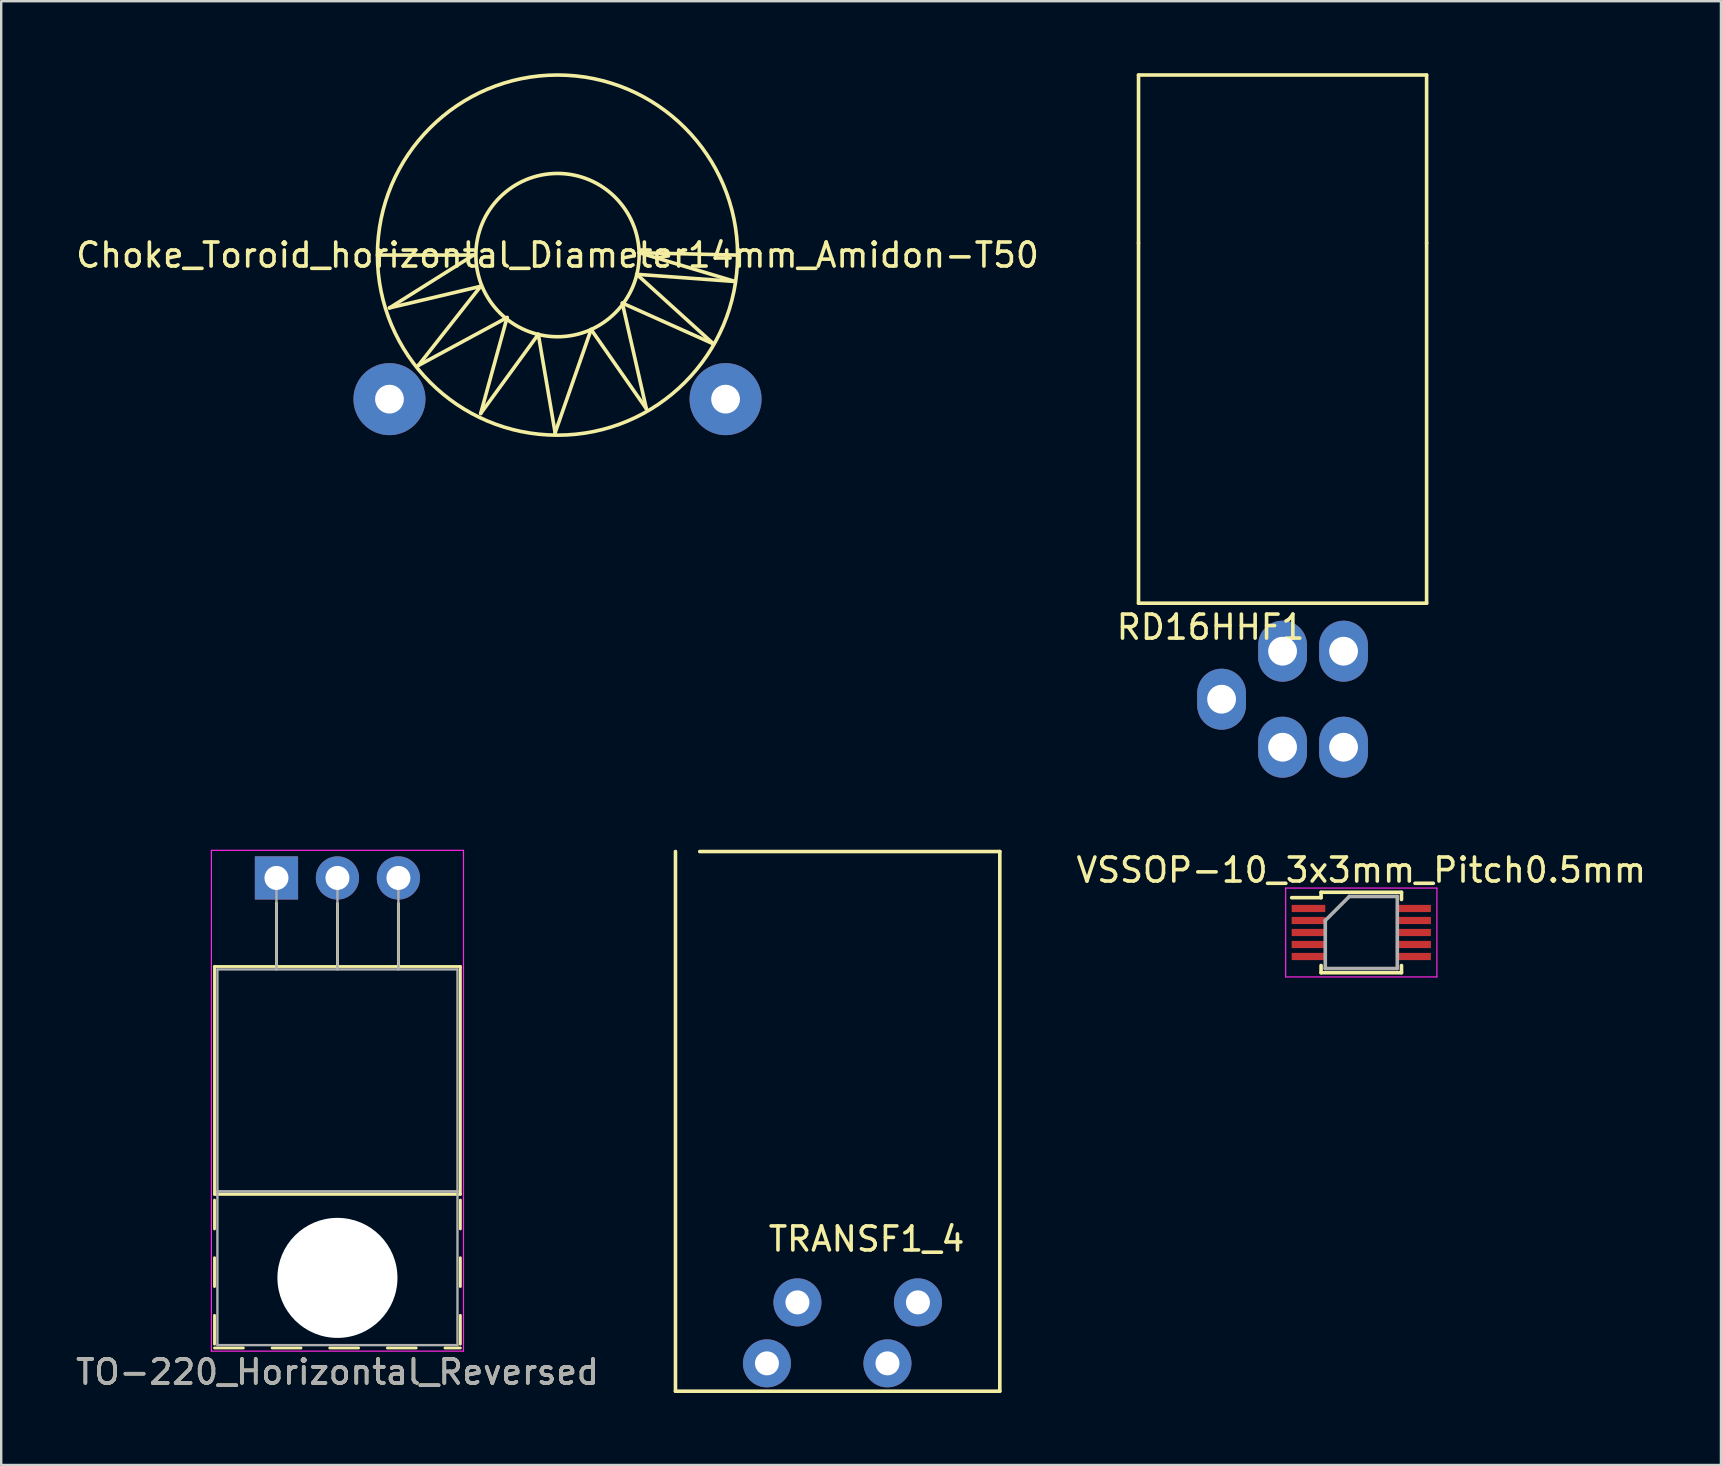
<source format=kicad_pcb>
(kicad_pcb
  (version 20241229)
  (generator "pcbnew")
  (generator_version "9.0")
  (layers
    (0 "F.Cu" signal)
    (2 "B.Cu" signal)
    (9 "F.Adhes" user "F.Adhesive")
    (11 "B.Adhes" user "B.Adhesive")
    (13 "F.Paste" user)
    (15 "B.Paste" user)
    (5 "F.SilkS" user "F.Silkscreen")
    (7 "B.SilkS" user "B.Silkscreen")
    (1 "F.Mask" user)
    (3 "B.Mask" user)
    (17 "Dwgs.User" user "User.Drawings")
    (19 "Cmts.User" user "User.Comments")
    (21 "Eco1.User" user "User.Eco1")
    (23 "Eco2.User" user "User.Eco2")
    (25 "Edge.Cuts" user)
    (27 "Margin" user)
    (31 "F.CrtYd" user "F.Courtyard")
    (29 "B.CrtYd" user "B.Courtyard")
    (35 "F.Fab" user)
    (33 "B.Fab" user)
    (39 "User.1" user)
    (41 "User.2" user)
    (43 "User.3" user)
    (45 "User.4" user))
  (footprint "TO-220_Horizontal_Reversed"
    (layer "F.Cu")
    (at 8.466 33.52)
    (property "Reference" "TO-220_Horizontal_Reversed" (at 2.54 20.58 0) (layer "F.SilkS") (effects (font (size 1 1) (thickness 0.15))))
    (attr through_hole)
    (fp_line (start -2.58 3.69) (end -2.58 13.18) (stroke (width 0.12) (type solid)) (layer "F.SilkS"))
    (fp_line (start -2.58 3.69) (end 7.66 3.69) (stroke (width 0.12) (type solid)) (layer "F.SilkS"))
    (fp_line (start -2.58 13.18) (end 7.66 13.18) (stroke (width 0.12) (type solid)) (layer "F.SilkS"))
    (fp_line (start -2.58 13.42) (end -2.58 14.62) (stroke (width 0.12) (type solid)) (layer "F.SilkS"))
    (fp_line (start -2.58 15.82) (end -2.58 17.02) (stroke (width 0.12) (type solid)) (layer "F.SilkS"))
    (fp_line (start -2.58 18.22) (end -2.58 19.42) (stroke (width 0.12) (type solid)) (layer "F.SilkS"))
    (fp_line (start -2.58 19.58) (end -1.38 19.58) (stroke (width 0.12) (type solid)) (layer "F.SilkS"))
    (fp_line (start -0.181 19.58) (end 1.02 19.58) (stroke (width 0.12) (type solid)) (layer "F.SilkS"))
    (fp_line (start 0 1.05) (end 0 3.69) (stroke (width 0.12) (type solid)) (layer "F.SilkS"))
    (fp_line (start 2.22 19.58) (end 3.42 19.58) (stroke (width 0.12) (type solid)) (layer "F.SilkS"))
    (fp_line (start 2.54 1.066) (end 2.54 3.69) (stroke (width 0.12) (type solid)) (layer "F.SilkS"))
    (fp_line (start 4.62 19.58) (end 5.82 19.58) (stroke (width 0.12) (type solid)) (layer "F.SilkS"))
    (fp_line (start 5.08 1.066) (end 5.08 3.69) (stroke (width 0.12) (type solid)) (layer "F.SilkS"))
    (fp_line (start 7.02 19.58) (end 7.66 19.58) (stroke (width 0.12) (type solid)) (layer "F.SilkS"))
    (fp_line (start 7.66 3.69) (end 7.66 13.18) (stroke (width 0.12) (type solid)) (layer "F.SilkS"))
    (fp_line (start 7.66 13.42) (end 7.66 14.62) (stroke (width 0.12) (type solid)) (layer "F.SilkS"))
    (fp_line (start 7.66 15.82) (end 7.66 17.02) (stroke (width 0.12) (type solid)) (layer "F.SilkS"))
    (fp_line (start 7.66 18.22) (end 7.66 19.42) (stroke (width 0.12) (type solid)) (layer "F.SilkS"))
    (fp_line (start -2.71 -1.15) (end -2.71 19.71) (stroke (width 0.05) (type solid)) (layer "F.CrtYd"))
    (fp_line (start -2.71 19.71) (end 7.79 19.71) (stroke (width 0.05) (type solid)) (layer "F.CrtYd"))
    (fp_line (start 7.79 -1.15) (end -2.71 -1.15) (stroke (width 0.05) (type solid)) (layer "F.CrtYd"))
    (fp_line (start 7.79 19.71) (end 7.79 -1.15) (stroke (width 0.05) (type solid)) (layer "F.CrtYd"))
    (fp_line (start -2.46 3.81) (end -2.46 13.06) (stroke (width 0.1) (type solid)) (layer "F.Fab"))
    (fp_line (start -2.46 13.06) (end -2.46 19.46) (stroke (width 0.1) (type solid)) (layer "F.Fab"))
    (fp_line (start -2.46 13.06) (end 7.54 13.06) (stroke (width 0.1) (type solid)) (layer "F.Fab"))
    (fp_line (start -2.46 19.46) (end 7.54 19.46) (stroke (width 0.1) (type solid)) (layer "F.Fab"))
    (fp_line (start 0 3.81) (end 0 0) (stroke (width 0.1) (type solid)) (layer "F.Fab"))
    (fp_line (start 2.54 3.81) (end 2.54 0) (stroke (width 0.1) (type solid)) (layer "F.Fab"))
    (fp_line (start 5.08 3.81) (end 5.08 0) (stroke (width 0.1) (type solid)) (layer "F.Fab"))
    (fp_line (start 7.54 3.81) (end -2.46 3.81) (stroke (width 0.1) (type solid)) (layer "F.Fab"))
    (fp_line (start 7.54 13.06) (end -2.46 13.06) (stroke (width 0.1) (type solid)) (layer "F.Fab"))
    (fp_line (start 7.54 13.06) (end 7.54 3.81) (stroke (width 0.1) (type solid)) (layer "F.Fab"))
    (fp_line (start 7.54 19.46) (end 7.54 13.06) (stroke (width 0.1) (type solid)) (layer "F.Fab"))
    (fp_circle (center 2.54 16.66) (end 4.39 16.66) (stroke (width 0.1) (type solid)) (fill no) (layer "F.Fab"))
    (fp_text user "${REFERENCE}" (at 2.54 20.58 0) (layer "F.Fab") (effects (font (size 1 1) (thickness 0.15))))
    (pad "" np_thru_hole oval (at 2.54 16.66) (size 5 5) (drill 5) (layers "*.Cu" "*.Mask"))
    (pad "1" thru_hole rect (at 0 0) (size 1.8 1.8) (drill 1) (layers "*.Cu" "*.Mask"))
    (pad "2" thru_hole oval (at 2.54 0) (size 1.8 1.8) (drill 1) (layers "*.Cu" "*.Mask"))
    (pad "3" thru_hole oval (at 5.08 0) (size 1.8 1.8) (drill 1) (layers "*.Cu" "*.Mask")))
  (footprint "VSSOP-10_3x3mm_Pitch0.5mm"
    (layer "F.Cu")
    (at 53.654 35.793)
    (property "Reference" "VSSOP-10_3x3mm_Pitch0.5mm" (at 0 -2.6 0) (layer "F.SilkS") (effects (font (size 1 1) (thickness 0.15))))
    (attr smd)
    (fp_line (start -1.675 -1.675) (end -1.675 -1.45) (stroke (width 0.15) (type solid)) (layer "F.SilkS"))
    (fp_line (start -1.675 -1.675) (end 1.675 -1.675) (stroke (width 0.15) (type solid)) (layer "F.SilkS"))
    (fp_line (start -1.675 -1.45) (end -2.9 -1.45) (stroke (width 0.15) (type solid)) (layer "F.SilkS"))
    (fp_line (start -1.675 1.675) (end -1.675 1.375) (stroke (width 0.15) (type solid)) (layer "F.SilkS"))
    (fp_line (start -1.675 1.675) (end 1.675 1.675) (stroke (width 0.15) (type solid)) (layer "F.SilkS"))
    (fp_line (start 1.675 -1.675) (end 1.675 -1.375) (stroke (width 0.15) (type solid)) (layer "F.SilkS"))
    (fp_line (start 1.675 1.675) (end 1.675 1.375) (stroke (width 0.15) (type solid)) (layer "F.SilkS"))
    (fp_line (start -3.15 -1.85) (end -3.15 1.85) (stroke (width 0.05) (type solid)) (layer "F.CrtYd"))
    (fp_line (start -3.15 -1.85) (end 3.15 -1.85) (stroke (width 0.05) (type solid)) (layer "F.CrtYd"))
    (fp_line (start -3.15 1.85) (end 3.15 1.85) (stroke (width 0.05) (type solid)) (layer "F.CrtYd"))
    (fp_line (start 3.15 -1.85) (end 3.15 1.85) (stroke (width 0.05) (type solid)) (layer "F.CrtYd"))
    (fp_line (start -1.5 -0.5) (end -0.5 -1.5) (stroke (width 0.15) (type solid)) (layer "F.Fab"))
    (fp_line (start -1.5 1.5) (end -1.5 -0.5) (stroke (width 0.15) (type solid)) (layer "F.Fab"))
    (fp_line (start -0.5 -1.5) (end 1.5 -1.5) (stroke (width 0.15) (type solid)) (layer "F.Fab"))
    (fp_line (start 1.5 -1.5) (end 1.5 1.5) (stroke (width 0.15) (type solid)) (layer "F.Fab"))
    (fp_line (start 1.5 1.5) (end -1.5 1.5) (stroke (width 0.15) (type solid)) (layer "F.Fab"))
    (pad "1" smd rect (at -2.2 -1) (size 1.4 0.3) (layers "F.Cu" "F.Mask" "F.Paste"))
    (pad "2" smd rect (at -2.2 -0.5) (size 1.4 0.3) (layers "F.Cu" "F.Mask" "F.Paste"))
    (pad "3" smd rect (at -2.2 0) (size 1.4 0.3) (layers "F.Cu" "F.Mask" "F.Paste"))
    (pad "4" smd rect (at -2.2 0.5) (size 1.4 0.3) (layers "F.Cu" "F.Mask" "F.Paste"))
    (pad "5" smd rect (at -2.2 1) (size 1.4 0.3) (layers "F.Cu" "F.Mask" "F.Paste"))
    (pad "6" smd rect (at 2.2 1) (size 1.4 0.3) (layers "F.Cu" "F.Mask" "F.Paste"))
    (pad "7" smd rect (at 2.2 0.5) (size 1.4 0.3) (layers "F.Cu" "F.Mask" "F.Paste"))
    (pad "8" smd rect (at 2.2 0) (size 1.4 0.3) (layers "F.Cu" "F.Mask" "F.Paste"))
    (pad "9" smd rect (at 2.2 -0.5) (size 1.4 0.3) (layers "F.Cu" "F.Mask" "F.Paste"))
    (pad "10" smd rect (at 2.2 -1) (size 1.4 0.3) (layers "F.Cu" "F.Mask" "F.Paste")))
  (footprint "TRANSF1_4"
    (layer "F.Cu")
    (at 31.897 53.74)
    (property "Reference" "TRANSF1_4" (at 1.15 -5.18 0) (layer "F.SilkS") (effects (font (size 1 1) (thickness 0.15))))
    (attr through_hole)
    (fp_line (start -6.81 1.16) (end -6.81 -21.32) (stroke (width 0.15) (type solid)) (layer "F.SilkS"))
    (fp_line (start -5.8 -21.32) (end 6.7 -21.32) (stroke (width 0.15) (type solid)) (layer "F.SilkS"))
    (fp_line (start 6.7 -21.32) (end 6.7 1.16) (stroke (width 0.15) (type solid)) (layer "F.SilkS"))
    (fp_line (start 6.7 1.16) (end -6.81 1.16) (stroke (width 0.15) (type solid)) (layer "F.SilkS"))
    (pad "1" thru_hole circle (at -3 0) (size 2 2) (drill 1) (layers "*.Cu" "*.Mask"))
    (pad "2" thru_hole circle (at -1.73 -2.54) (size 2 2) (drill 1) (layers "*.Cu" "*.Mask"))
    (pad "3" thru_hole circle (at 2.02 0) (size 2 2) (drill 1) (layers "*.Cu" "*.Mask"))
    (pad "4" thru_hole circle (at 3.29 -2.54) (size 2 2) (drill 1) (layers "*.Cu" "*.Mask")))
  (footprint "RD16HHF1"
    (layer "F.Cu")
    (at 50.375 24.075)
    (property "Reference" "RD16HHF1" (at -3 -1 0) (layer "F.SilkS") (effects (font (size 1 1) (thickness 0.15))))
    (attr through_hole)
    (fp_line (start -6 -24) (end -6 -17) (stroke (width 0.15) (type solid)) (layer "F.SilkS"))
    (fp_line (start -6 -17) (end -6 -2) (stroke (width 0.15) (type solid)) (layer "F.SilkS"))
    (fp_line (start -6 -2) (end 6 -2) (stroke (width 0.15) (type solid)) (layer "F.SilkS"))
    (fp_line (start 6 -24) (end -6 -24) (stroke (width 0.15) (type solid)) (layer "F.SilkS"))
    (fp_line (start 6 -17) (end 6 -24) (stroke (width 0.15) (type solid)) (layer "F.SilkS"))
    (fp_line (start 6 -2) (end 6 -17) (stroke (width 0.15) (type solid)) (layer "F.SilkS"))
    (pad "1" thru_hole oval (at -2.54 2) (size 2.032 2.54) (drill 1.2) (layers "*.Cu" "*.Mask"))
    (pad "2" thru_hole oval (at 0 4) (size 2.032 2.54) (drill 1.2) (layers "*.Cu" "*.Mask"))
    (pad "2" thru_hole oval (at 2.54 0) (size 2.032 2.54) (drill 1.2) (layers "*.Cu" "*.Mask"))
    (pad "3" thru_hole oval (at 0 0) (size 2.032 2.54) (drill 1.2) (layers "*.Cu" "*.Mask"))
    (pad "3" thru_hole oval (at 2.54 4) (size 2.032 2.54) (drill 1.2) (layers "*.Cu" "*.Mask")))
  (footprint "Choke_Toroid_horizontal_Diameter14mm_Amidon-T50"
    (layer "F.Cu")
    (at 20.173 7.576)
    (property "Reference" "Choke_Toroid_horizontal_Diameter14mm_Amidon-T50" (at 0 0 0) (layer "F.SilkS") (effects (font (size 1 1) (thickness 0.15))))
    (attr through_hole)
    (fp_line (start -7.501 0) (end -3.5 0) (stroke (width 0.15) (type solid)) (layer "F.SilkS"))
    (fp_line (start -7 2.2) (end -3.2 1.3) (stroke (width 0.15) (type solid)) (layer "F.SilkS"))
    (fp_line (start -5.799 4.6) (end -2.101 2.601) (stroke (width 0.15) (type solid)) (layer "F.SilkS"))
    (fp_line (start -3.5 0) (end -7 2.2) (stroke (width 0.15) (type solid)) (layer "F.SilkS"))
    (fp_line (start -3.2 1.3) (end -5.799 4.6) (stroke (width 0.15) (type solid)) (layer "F.SilkS"))
    (fp_line (start -3.2 6.599) (end -0.8 3.299) (stroke (width 0.15) (type solid)) (layer "F.SilkS"))
    (fp_line (start -2.101 2.601) (end -3.2 6.599) (stroke (width 0.15) (type solid)) (layer "F.SilkS"))
    (fp_line (start -0.8 3.299) (end -0.099 7.399) (stroke (width 0.15) (type solid)) (layer "F.SilkS"))
    (fp_line (start -0.099 7.399) (end 1.4 3.099) (stroke (width 0.15) (type solid)) (layer "F.SilkS"))
    (fp_line (start 1.4 3.099) (end 3.701 6.401) (stroke (width 0.15) (type solid)) (layer "F.SilkS"))
    (fp_line (start 2.7 1.999) (end 6.5 3.701) (stroke (width 0.15) (type solid)) (layer "F.SilkS"))
    (fp_line (start 3.299 0.8) (end 7.399 1.1) (stroke (width 0.15) (type solid)) (layer "F.SilkS"))
    (fp_line (start 3.401 -0.099) (end 7.501 0) (stroke (width 0.15) (type solid)) (layer "F.SilkS"))
    (fp_line (start 3.701 6.401) (end 2.7 1.999) (stroke (width 0.15) (type solid)) (layer "F.SilkS"))
    (fp_line (start 6.5 3.701) (end 3.299 0.8) (stroke (width 0.15) (type solid)) (layer "F.SilkS"))
    (fp_line (start 7.399 1.1) (end 3.401 -0.099) (stroke (width 0.15) (type solid)) (layer "F.SilkS"))
    (fp_circle (center 0 0) (end 3.401 0) (stroke (width 0.15) (type solid)) (fill no) (layer "F.SilkS"))
    (fp_circle (center 0 0) (end 7.501 0) (stroke (width 0.15) (type solid)) (fill no) (layer "F.SilkS"))
    (pad "1" thru_hole circle (at 7 6) (size 3 3) (drill 1.199) (layers "*.Cu" "*.Mask"))
    (pad "2" thru_hole circle (at -7 6) (size 3 3) (drill 1.199) (layers "*.Cu" "*.Mask")))
  (gr_rect
    (start -3 -3)
    (end 68.636 57.975)
    (stroke (width 0.1) (type default))
    (fill no)
    (layer "Edge.Cuts")))
</source>
